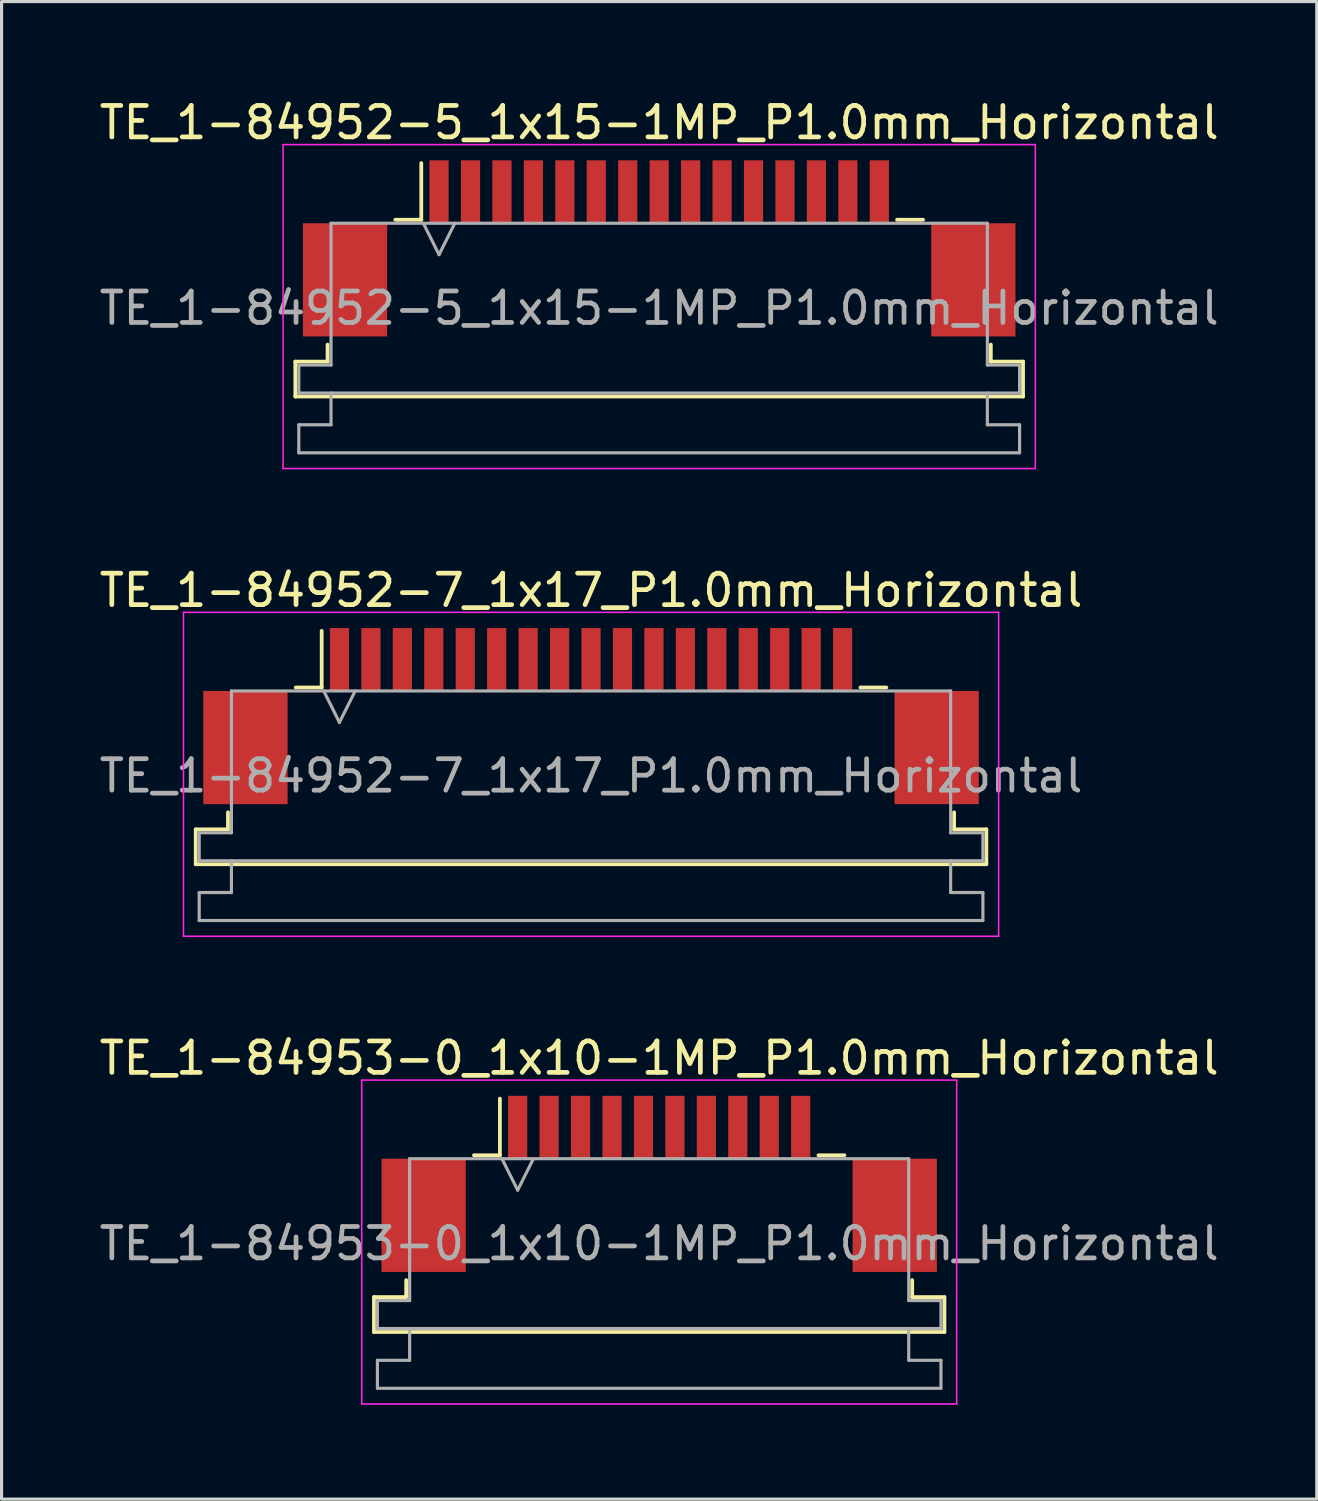
<source format=kicad_pcb>
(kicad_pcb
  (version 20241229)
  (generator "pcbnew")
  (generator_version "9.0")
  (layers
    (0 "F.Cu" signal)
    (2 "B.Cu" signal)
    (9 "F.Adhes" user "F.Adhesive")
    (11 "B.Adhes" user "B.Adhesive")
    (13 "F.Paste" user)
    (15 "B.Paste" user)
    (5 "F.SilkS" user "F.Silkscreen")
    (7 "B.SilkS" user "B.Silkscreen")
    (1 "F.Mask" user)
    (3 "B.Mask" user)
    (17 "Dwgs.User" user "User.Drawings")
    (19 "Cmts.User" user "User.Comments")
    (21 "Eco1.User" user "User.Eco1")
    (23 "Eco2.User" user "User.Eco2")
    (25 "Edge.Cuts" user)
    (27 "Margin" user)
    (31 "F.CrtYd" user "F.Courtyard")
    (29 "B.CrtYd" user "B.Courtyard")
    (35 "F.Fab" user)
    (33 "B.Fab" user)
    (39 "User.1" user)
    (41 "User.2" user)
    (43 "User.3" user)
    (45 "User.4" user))
  (footprint "TE_1-84952-5_1x15-1MP_P1.0mm_Horizontal"
    (layer "F.Cu")
    (at 17.911 4.848)
    (property "Reference" "TE_1-84952-5_1x15-1MP_P1.0mm_Horizontal" (at 0 -4 0) (layer "F.SilkS") (effects (font (size 1 1) (thickness 0.15))))
    (attr smd)
    (fp_line (start -11.57 3.6) (end -10.545 3.6) (stroke (width 0.12) (type solid)) (layer "F.SilkS"))
    (fp_line (start -11.57 4.71) (end -11.57 3.6) (stroke (width 0.12) (type solid)) (layer "F.SilkS"))
    (fp_line (start -10.545 3.6) (end -10.545 3.06) (stroke (width 0.12) (type solid)) (layer "F.SilkS"))
    (fp_line (start -8.39 -0.91) (end -7.565 -0.91) (stroke (width 0.12) (type solid)) (layer "F.SilkS"))
    (fp_line (start -7.565 -0.91) (end -7.565 -2.71) (stroke (width 0.12) (type solid)) (layer "F.SilkS"))
    (fp_line (start 7.565 -0.91) (end 8.39 -0.91) (stroke (width 0.12) (type solid)) (layer "F.SilkS"))
    (fp_line (start 10.545 3.06) (end 10.545 3.6) (stroke (width 0.12) (type solid)) (layer "F.SilkS"))
    (fp_line (start 10.545 3.6) (end 11.57 3.6) (stroke (width 0.12) (type solid)) (layer "F.SilkS"))
    (fp_line (start 11.57 3.6) (end 11.57 4.71) (stroke (width 0.12) (type solid)) (layer "F.SilkS"))
    (fp_line (start 11.57 4.71) (end -11.57 4.71) (stroke (width 0.12) (type solid)) (layer "F.SilkS"))
    (fp_line (start -11.96 -3.3) (end -11.96 7) (stroke (width 0.05) (type solid)) (layer "F.CrtYd"))
    (fp_line (start -11.96 7) (end 11.96 7) (stroke (width 0.05) (type solid)) (layer "F.CrtYd"))
    (fp_line (start 11.96 -3.3) (end -11.96 -3.3) (stroke (width 0.05) (type solid)) (layer "F.CrtYd"))
    (fp_line (start 11.96 7) (end 11.96 -3.3) (stroke (width 0.05) (type solid)) (layer "F.CrtYd"))
    (fp_line (start -11.46 3.71) (end -10.435 3.71) (stroke (width 0.1) (type solid)) (layer "F.Fab"))
    (fp_line (start -11.46 4.6) (end -11.46 3.71) (stroke (width 0.1) (type solid)) (layer "F.Fab"))
    (fp_line (start -11.46 5.61) (end -10.435 5.61) (stroke (width 0.1) (type solid)) (layer "F.Fab"))
    (fp_line (start -11.46 6.5) (end -11.46 5.61) (stroke (width 0.1) (type solid)) (layer "F.Fab"))
    (fp_line (start -10.435 -0.8) (end 10.435 -0.8) (stroke (width 0.1) (type solid)) (layer "F.Fab"))
    (fp_line (start -10.435 3.71) (end -10.435 -0.8) (stroke (width 0.1) (type solid)) (layer "F.Fab"))
    (fp_line (start -10.435 5.61) (end -10.435 4.6) (stroke (width 0.1) (type solid)) (layer "F.Fab"))
    (fp_line (start -7.5 -0.8) (end -7 0.2) (stroke (width 0.1) (type solid)) (layer "F.Fab"))
    (fp_line (start -7 0.2) (end -6.5 -0.8) (stroke (width 0.1) (type solid)) (layer "F.Fab"))
    (fp_line (start 10.435 -0.8) (end 10.435 3.71) (stroke (width 0.1) (type solid)) (layer "F.Fab"))
    (fp_line (start 10.435 3.71) (end 11.46 3.71) (stroke (width 0.1) (type solid)) (layer "F.Fab"))
    (fp_line (start 10.435 4.6) (end 10.435 5.61) (stroke (width 0.1) (type solid)) (layer "F.Fab"))
    (fp_line (start 10.435 5.61) (end 11.46 5.61) (stroke (width 0.1) (type solid)) (layer "F.Fab"))
    (fp_line (start 11.46 3.71) (end 11.46 4.6) (stroke (width 0.1) (type solid)) (layer "F.Fab"))
    (fp_line (start 11.46 4.6) (end -11.46 4.6) (stroke (width 0.1) (type solid)) (layer "F.Fab"))
    (fp_line (start 11.46 5.61) (end 11.46 6.5) (stroke (width 0.1) (type solid)) (layer "F.Fab"))
    (fp_line (start 11.46 6.5) (end -11.46 6.5) (stroke (width 0.1) (type solid)) (layer "F.Fab"))
    (fp_text user "${REFERENCE}" (at 0 1.9 0) (layer "F.Fab") (effects (font (size 1 1) (thickness 0.15))))
    (pad "1" smd rect (at -7 -1.8) (size 0.61 2) (layers "F.Cu" "F.Mask" "F.Paste"))
    (pad "2" smd rect (at -6 -1.8) (size 0.61 2) (layers "F.Cu" "F.Mask" "F.Paste"))
    (pad "3" smd rect (at -5 -1.8) (size 0.61 2) (layers "F.Cu" "F.Mask" "F.Paste"))
    (pad "4" smd rect (at -4 -1.8) (size 0.61 2) (layers "F.Cu" "F.Mask" "F.Paste"))
    (pad "5" smd rect (at -3 -1.8) (size 0.61 2) (layers "F.Cu" "F.Mask" "F.Paste"))
    (pad "6" smd rect (at -2 -1.8) (size 0.61 2) (layers "F.Cu" "F.Mask" "F.Paste"))
    (pad "7" smd rect (at -1 -1.8) (size 0.61 2) (layers "F.Cu" "F.Mask" "F.Paste"))
    (pad "8" smd rect (at 0 -1.8) (size 0.61 2) (layers "F.Cu" "F.Mask" "F.Paste"))
    (pad "9" smd rect (at 1 -1.8) (size 0.61 2) (layers "F.Cu" "F.Mask" "F.Paste"))
    (pad "10" smd rect (at 2 -1.8) (size 0.61 2) (layers "F.Cu" "F.Mask" "F.Paste"))
    (pad "11" smd rect (at 3 -1.8) (size 0.61 2) (layers "F.Cu" "F.Mask" "F.Paste"))
    (pad "12" smd rect (at 4 -1.8) (size 0.61 2) (layers "F.Cu" "F.Mask" "F.Paste"))
    (pad "13" smd rect (at 5 -1.8) (size 0.61 2) (layers "F.Cu" "F.Mask" "F.Paste"))
    (pad "14" smd rect (at 6 -1.8) (size 0.61 2) (layers "F.Cu" "F.Mask" "F.Paste"))
    (pad "15" smd rect (at 7 -1.8) (size 0.61 2) (layers "F.Cu" "F.Mask" "F.Paste"))
    (pad "MP" smd rect (at -9.99 1) (size 2.68 3.6) (layers "F.Cu" "F.Mask" "F.Paste"))
    (pad "MP" smd rect (at 9.99 1) (size 2.68 3.6) (layers "F.Cu" "F.Mask" "F.Paste")))
  (footprint "TE_1-84952-7_1x17_P1.0mm_Horizontal"
    (layer "F.Cu")
    (at 15.744 19.721)
    (property "Reference" "TE_1-84952-7_1x17_P1.0mm_Horizontal" (at 0 -4 0) (layer "F.SilkS") (effects (font (size 1 1) (thickness 0.15))))
    (attr smd)
    (fp_line (start -12.57 3.6) (end -11.545 3.6) (stroke (width 0.12) (type solid)) (layer "F.SilkS"))
    (fp_line (start -12.57 4.71) (end -12.57 3.6) (stroke (width 0.12) (type solid)) (layer "F.SilkS"))
    (fp_line (start -11.545 3.6) (end -11.545 3.06) (stroke (width 0.12) (type solid)) (layer "F.SilkS"))
    (fp_line (start -9.39 -0.91) (end -8.565 -0.91) (stroke (width 0.12) (type solid)) (layer "F.SilkS"))
    (fp_line (start -8.565 -0.91) (end -8.565 -2.71) (stroke (width 0.12) (type solid)) (layer "F.SilkS"))
    (fp_line (start 8.565 -0.91) (end 9.39 -0.91) (stroke (width 0.12) (type solid)) (layer "F.SilkS"))
    (fp_line (start 11.545 3.06) (end 11.545 3.6) (stroke (width 0.12) (type solid)) (layer "F.SilkS"))
    (fp_line (start 11.545 3.6) (end 12.57 3.6) (stroke (width 0.12) (type solid)) (layer "F.SilkS"))
    (fp_line (start 12.57 3.6) (end 12.57 4.71) (stroke (width 0.12) (type solid)) (layer "F.SilkS"))
    (fp_line (start 12.57 4.71) (end -12.57 4.71) (stroke (width 0.12) (type solid)) (layer "F.SilkS"))
    (fp_line (start -12.96 -3.3) (end -12.96 7) (stroke (width 0.05) (type solid)) (layer "F.CrtYd"))
    (fp_line (start -12.96 7) (end 12.96 7) (stroke (width 0.05) (type solid)) (layer "F.CrtYd"))
    (fp_line (start 12.96 -3.3) (end -12.96 -3.3) (stroke (width 0.05) (type solid)) (layer "F.CrtYd"))
    (fp_line (start 12.96 7) (end 12.96 -3.3) (stroke (width 0.05) (type solid)) (layer "F.CrtYd"))
    (fp_line (start -12.46 3.71) (end -11.435 3.71) (stroke (width 0.1) (type solid)) (layer "F.Fab"))
    (fp_line (start -12.46 4.6) (end -12.46 3.71) (stroke (width 0.1) (type solid)) (layer "F.Fab"))
    (fp_line (start -12.46 5.61) (end -11.435 5.61) (stroke (width 0.1) (type solid)) (layer "F.Fab"))
    (fp_line (start -12.46 6.5) (end -12.46 5.61) (stroke (width 0.1) (type solid)) (layer "F.Fab"))
    (fp_line (start -11.435 -0.8) (end 11.435 -0.8) (stroke (width 0.1) (type solid)) (layer "F.Fab"))
    (fp_line (start -11.435 3.71) (end -11.435 -0.8) (stroke (width 0.1) (type solid)) (layer "F.Fab"))
    (fp_line (start -11.435 5.61) (end -11.435 4.6) (stroke (width 0.1) (type solid)) (layer "F.Fab"))
    (fp_line (start -8.5 -0.8) (end -8 0.2) (stroke (width 0.1) (type solid)) (layer "F.Fab"))
    (fp_line (start -8 0.2) (end -7.5 -0.8) (stroke (width 0.1) (type solid)) (layer "F.Fab"))
    (fp_line (start 11.435 -0.8) (end 11.435 3.71) (stroke (width 0.1) (type solid)) (layer "F.Fab"))
    (fp_line (start 11.435 3.71) (end 12.46 3.71) (stroke (width 0.1) (type solid)) (layer "F.Fab"))
    (fp_line (start 11.435 4.6) (end 11.435 5.61) (stroke (width 0.1) (type solid)) (layer "F.Fab"))
    (fp_line (start 11.435 5.61) (end 12.46 5.61) (stroke (width 0.1) (type solid)) (layer "F.Fab"))
    (fp_line (start 12.46 3.71) (end 12.46 4.6) (stroke (width 0.1) (type solid)) (layer "F.Fab"))
    (fp_line (start 12.46 4.6) (end -12.46 4.6) (stroke (width 0.1) (type solid)) (layer "F.Fab"))
    (fp_line (start 12.46 5.61) (end 12.46 6.5) (stroke (width 0.1) (type solid)) (layer "F.Fab"))
    (fp_line (start 12.46 6.5) (end -12.46 6.5) (stroke (width 0.1) (type solid)) (layer "F.Fab"))
    (fp_text user "${REFERENCE}" (at 0 1.9 0) (layer "F.Fab") (effects (font (size 1 1) (thickness 0.15))))
    (pad "" smd rect (at -10.99 1) (size 2.68 3.6) (layers "F.Cu" "F.Mask" "F.Paste"))
    (pad "" smd rect (at 10.99 1) (size 2.68 3.6) (layers "F.Cu" "F.Mask" "F.Paste"))
    (pad "1" smd rect (at -8 -1.8) (size 0.61 2) (layers "F.Cu" "F.Mask" "F.Paste"))
    (pad "2" smd rect (at -7 -1.8) (size 0.61 2) (layers "F.Cu" "F.Mask" "F.Paste"))
    (pad "3" smd rect (at -6 -1.8) (size 0.61 2) (layers "F.Cu" "F.Mask" "F.Paste"))
    (pad "4" smd rect (at -5 -1.8) (size 0.61 2) (layers "F.Cu" "F.Mask" "F.Paste"))
    (pad "5" smd rect (at -4 -1.8) (size 0.61 2) (layers "F.Cu" "F.Mask" "F.Paste"))
    (pad "6" smd rect (at -3 -1.8) (size 0.61 2) (layers "F.Cu" "F.Mask" "F.Paste"))
    (pad "7" smd rect (at -2 -1.8) (size 0.61 2) (layers "F.Cu" "F.Mask" "F.Paste"))
    (pad "8" smd rect (at -1 -1.8) (size 0.61 2) (layers "F.Cu" "F.Mask" "F.Paste"))
    (pad "9" smd rect (at 0 -1.8) (size 0.61 2) (layers "F.Cu" "F.Mask" "F.Paste"))
    (pad "10" smd rect (at 1 -1.8) (size 0.61 2) (layers "F.Cu" "F.Mask" "F.Paste"))
    (pad "11" smd rect (at 2 -1.8) (size 0.61 2) (layers "F.Cu" "F.Mask" "F.Paste"))
    (pad "12" smd rect (at 3 -1.8) (size 0.61 2) (layers "F.Cu" "F.Mask" "F.Paste"))
    (pad "13" smd rect (at 4 -1.8) (size 0.61 2) (layers "F.Cu" "F.Mask" "F.Paste"))
    (pad "14" smd rect (at 5 -1.8) (size 0.61 2) (layers "F.Cu" "F.Mask" "F.Paste"))
    (pad "15" smd rect (at 6 -1.8) (size 0.61 2) (layers "F.Cu" "F.Mask" "F.Paste"))
    (pad "16" smd rect (at 7 -1.8) (size 0.61 2) (layers "F.Cu" "F.Mask" "F.Paste"))
    (pad "17" smd rect (at 8 -1.8) (size 0.61 2) (layers "F.Cu" "F.Mask" "F.Paste")))
  (footprint "TE_1-84953-0_1x10-1MP_P1.0mm_Horizontal"
    (layer "F.Cu")
    (at 17.911 34.595)
    (property "Reference" "TE_1-84953-0_1x10-1MP_P1.0mm_Horizontal" (at 0 -4 0) (layer "F.SilkS") (effects (font (size 1 1) (thickness 0.15))))
    (attr smd)
    (fp_line (start -9.07 3.6) (end -8.045 3.6) (stroke (width 0.12) (type solid)) (layer "F.SilkS"))
    (fp_line (start -9.07 4.71) (end -9.07 3.6) (stroke (width 0.12) (type solid)) (layer "F.SilkS"))
    (fp_line (start -8.045 3.6) (end -8.045 3.06) (stroke (width 0.12) (type solid)) (layer "F.SilkS"))
    (fp_line (start -5.89 -0.91) (end -5.065 -0.91) (stroke (width 0.12) (type solid)) (layer "F.SilkS"))
    (fp_line (start -5.065 -0.91) (end -5.065 -2.71) (stroke (width 0.12) (type solid)) (layer "F.SilkS"))
    (fp_line (start 5.065 -0.91) (end 5.89 -0.91) (stroke (width 0.12) (type solid)) (layer "F.SilkS"))
    (fp_line (start 8.045 3.06) (end 8.045 3.6) (stroke (width 0.12) (type solid)) (layer "F.SilkS"))
    (fp_line (start 8.045 3.6) (end 9.07 3.6) (stroke (width 0.12) (type solid)) (layer "F.SilkS"))
    (fp_line (start 9.07 3.6) (end 9.07 4.71) (stroke (width 0.12) (type solid)) (layer "F.SilkS"))
    (fp_line (start 9.07 4.71) (end -9.07 4.71) (stroke (width 0.12) (type solid)) (layer "F.SilkS"))
    (fp_line (start -9.46 -3.3) (end -9.46 7) (stroke (width 0.05) (type solid)) (layer "F.CrtYd"))
    (fp_line (start -9.46 7) (end 9.46 7) (stroke (width 0.05) (type solid)) (layer "F.CrtYd"))
    (fp_line (start 9.46 -3.3) (end -9.46 -3.3) (stroke (width 0.05) (type solid)) (layer "F.CrtYd"))
    (fp_line (start 9.46 7) (end 9.46 -3.3) (stroke (width 0.05) (type solid)) (layer "F.CrtYd"))
    (fp_line (start -8.96 3.71) (end -7.935 3.71) (stroke (width 0.1) (type solid)) (layer "F.Fab"))
    (fp_line (start -8.96 4.6) (end -8.96 3.71) (stroke (width 0.1) (type solid)) (layer "F.Fab"))
    (fp_line (start -8.96 5.61) (end -7.935 5.61) (stroke (width 0.1) (type solid)) (layer "F.Fab"))
    (fp_line (start -8.96 6.5) (end -8.96 5.61) (stroke (width 0.1) (type solid)) (layer "F.Fab"))
    (fp_line (start -7.935 -0.8) (end 7.935 -0.8) (stroke (width 0.1) (type solid)) (layer "F.Fab"))
    (fp_line (start -7.935 3.71) (end -7.935 -0.8) (stroke (width 0.1) (type solid)) (layer "F.Fab"))
    (fp_line (start -7.935 5.61) (end -7.935 4.6) (stroke (width 0.1) (type solid)) (layer "F.Fab"))
    (fp_line (start -5 -0.8) (end -4.5 0.2) (stroke (width 0.1) (type solid)) (layer "F.Fab"))
    (fp_line (start -4.5 0.2) (end -4 -0.8) (stroke (width 0.1) (type solid)) (layer "F.Fab"))
    (fp_line (start 7.935 -0.8) (end 7.935 3.71) (stroke (width 0.1) (type solid)) (layer "F.Fab"))
    (fp_line (start 7.935 3.71) (end 8.96 3.71) (stroke (width 0.1) (type solid)) (layer "F.Fab"))
    (fp_line (start 7.935 4.6) (end 7.935 5.61) (stroke (width 0.1) (type solid)) (layer "F.Fab"))
    (fp_line (start 7.935 5.61) (end 8.96 5.61) (stroke (width 0.1) (type solid)) (layer "F.Fab"))
    (fp_line (start 8.96 3.71) (end 8.96 4.6) (stroke (width 0.1) (type solid)) (layer "F.Fab"))
    (fp_line (start 8.96 4.6) (end -8.96 4.6) (stroke (width 0.1) (type solid)) (layer "F.Fab"))
    (fp_line (start 8.96 5.61) (end 8.96 6.5) (stroke (width 0.1) (type solid)) (layer "F.Fab"))
    (fp_line (start 8.96 6.5) (end -8.96 6.5) (stroke (width 0.1) (type solid)) (layer "F.Fab"))
    (fp_text user "${REFERENCE}" (at 0 1.9 0) (layer "F.Fab") (effects (font (size 1 1) (thickness 0.15))))
    (pad "1" smd rect (at -4.5 -1.8) (size 0.61 2) (layers "F.Cu" "F.Mask" "F.Paste"))
    (pad "2" smd rect (at -3.5 -1.8) (size 0.61 2) (layers "F.Cu" "F.Mask" "F.Paste"))
    (pad "3" smd rect (at -2.5 -1.8) (size 0.61 2) (layers "F.Cu" "F.Mask" "F.Paste"))
    (pad "4" smd rect (at -1.5 -1.8) (size 0.61 2) (layers "F.Cu" "F.Mask" "F.Paste"))
    (pad "5" smd rect (at -0.5 -1.8) (size 0.61 2) (layers "F.Cu" "F.Mask" "F.Paste"))
    (pad "6" smd rect (at 0.5 -1.8) (size 0.61 2) (layers "F.Cu" "F.Mask" "F.Paste"))
    (pad "7" smd rect (at 1.5 -1.8) (size 0.61 2) (layers "F.Cu" "F.Mask" "F.Paste"))
    (pad "8" smd rect (at 2.5 -1.8) (size 0.61 2) (layers "F.Cu" "F.Mask" "F.Paste"))
    (pad "9" smd rect (at 3.5 -1.8) (size 0.61 2) (layers "F.Cu" "F.Mask" "F.Paste"))
    (pad "10" smd rect (at 4.5 -1.8) (size 0.61 2) (layers "F.Cu" "F.Mask" "F.Paste"))
    (pad "MP" smd rect (at -7.49 1) (size 2.68 3.6) (layers "F.Cu" "F.Mask" "F.Paste"))
    (pad "MP" smd rect (at 7.49 1) (size 2.68 3.6) (layers "F.Cu" "F.Mask" "F.Paste")))
  (gr_rect
    (start -3 -3)
    (end 38.821 44.62)
    (stroke (width 0.1) (type default))
    (fill no)
    (layer "Edge.Cuts")))
</source>
